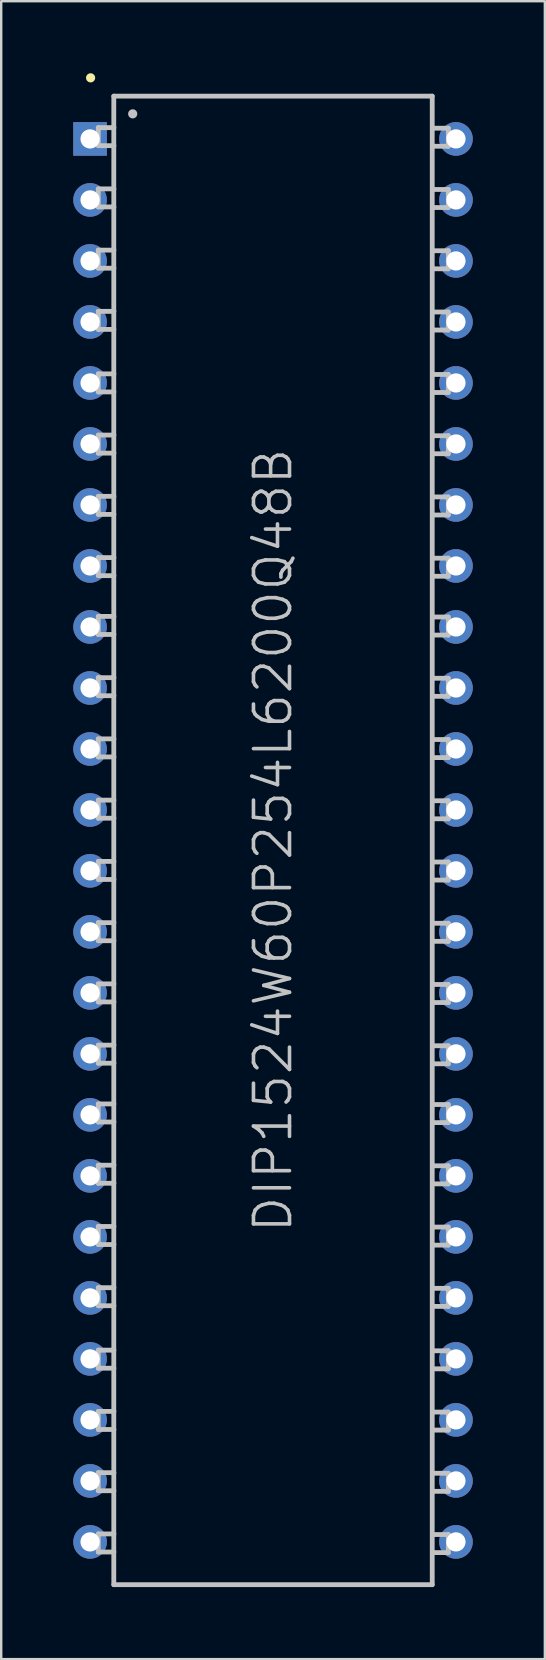
<source format=kicad_pcb>
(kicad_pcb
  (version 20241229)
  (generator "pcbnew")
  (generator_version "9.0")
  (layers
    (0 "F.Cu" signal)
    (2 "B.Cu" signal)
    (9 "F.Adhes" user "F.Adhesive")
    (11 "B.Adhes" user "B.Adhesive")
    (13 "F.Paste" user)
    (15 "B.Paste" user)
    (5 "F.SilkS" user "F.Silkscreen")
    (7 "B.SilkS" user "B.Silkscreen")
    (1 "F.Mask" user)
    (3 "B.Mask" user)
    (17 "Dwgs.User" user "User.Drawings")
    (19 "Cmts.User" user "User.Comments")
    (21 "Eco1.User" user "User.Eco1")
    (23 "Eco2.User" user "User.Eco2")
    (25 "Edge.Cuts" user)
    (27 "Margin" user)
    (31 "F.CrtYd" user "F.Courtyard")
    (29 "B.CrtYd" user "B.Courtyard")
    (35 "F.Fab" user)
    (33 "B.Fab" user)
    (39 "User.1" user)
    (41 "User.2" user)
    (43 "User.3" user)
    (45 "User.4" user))
  (footprint "DIP1524W60P254L6200Q48B"
    (layer "F.Cu")
    (at 8.317 31.941)
    (property "Reference" "DIP1524W60P254L6200Q48B" (at 0 0 90) (layer "Dwgs.User") (effects (font (size 1.5 1.5) (thickness 0.15))))
    (attr through_hole)
    (fp_line (start -7.595 -31.75) (end -7.595 -31.75) (stroke (width 0.381) (type solid)) (layer "F.SilkS"))
    (fp_line (start -7.275 -29.677) (end -6.624 -29.677) (stroke (width 0.2) (type solid)) (layer "Dwgs.User"))
    (fp_line (start -7.275 -28.926) (end -7.275 -29.677) (stroke (width 0.2) (type solid)) (layer "Dwgs.User"))
    (fp_line (start -7.275 -28.926) (end -6.624 -28.926) (stroke (width 0.2) (type solid)) (layer "Dwgs.User"))
    (fp_line (start -7.275 -27.127) (end -6.624 -27.127) (stroke (width 0.2) (type solid)) (layer "Dwgs.User"))
    (fp_line (start -7.275 -26.375) (end -7.275 -27.127) (stroke (width 0.2) (type solid)) (layer "Dwgs.User"))
    (fp_line (start -7.275 -26.375) (end -6.624 -26.375) (stroke (width 0.2) (type solid)) (layer "Dwgs.User"))
    (fp_line (start -7.275 -24.577) (end -6.624 -24.577) (stroke (width 0.2) (type solid)) (layer "Dwgs.User"))
    (fp_line (start -7.275 -23.825) (end -7.275 -24.577) (stroke (width 0.2) (type solid)) (layer "Dwgs.User"))
    (fp_line (start -7.275 -23.825) (end -6.624 -23.825) (stroke (width 0.2) (type solid)) (layer "Dwgs.User"))
    (fp_line (start -7.275 -22.027) (end -6.624 -22.027) (stroke (width 0.2) (type solid)) (layer "Dwgs.User"))
    (fp_line (start -7.275 -21.275) (end -7.275 -22.027) (stroke (width 0.2) (type solid)) (layer "Dwgs.User"))
    (fp_line (start -7.275 -21.275) (end -6.624 -21.275) (stroke (width 0.2) (type solid)) (layer "Dwgs.User"))
    (fp_line (start -7.275 -19.426) (end -6.624 -19.426) (stroke (width 0.2) (type solid)) (layer "Dwgs.User"))
    (fp_line (start -7.275 -18.674) (end -7.275 -19.426) (stroke (width 0.2) (type solid)) (layer "Dwgs.User"))
    (fp_line (start -7.275 -18.674) (end -6.624 -18.674) (stroke (width 0.2) (type solid)) (layer "Dwgs.User"))
    (fp_line (start -7.275 -16.876) (end -6.624 -16.876) (stroke (width 0.2) (type solid)) (layer "Dwgs.User"))
    (fp_line (start -7.275 -16.124) (end -7.275 -16.876) (stroke (width 0.2) (type solid)) (layer "Dwgs.User"))
    (fp_line (start -7.275 -16.124) (end -6.624 -16.124) (stroke (width 0.2) (type solid)) (layer "Dwgs.User"))
    (fp_line (start -7.275 -14.326) (end -6.624 -14.326) (stroke (width 0.2) (type solid)) (layer "Dwgs.User"))
    (fp_line (start -7.275 -13.574) (end -7.275 -14.326) (stroke (width 0.2) (type solid)) (layer "Dwgs.User"))
    (fp_line (start -7.275 -13.574) (end -6.624 -13.574) (stroke (width 0.2) (type solid)) (layer "Dwgs.User"))
    (fp_line (start -7.275 -11.775) (end -6.624 -11.775) (stroke (width 0.2) (type solid)) (layer "Dwgs.User"))
    (fp_line (start -7.275 -11.024) (end -7.275 -11.775) (stroke (width 0.2) (type solid)) (layer "Dwgs.User"))
    (fp_line (start -7.275 -11.024) (end -6.624 -11.024) (stroke (width 0.2) (type solid)) (layer "Dwgs.User"))
    (fp_line (start -7.275 -9.327) (end -6.624 -9.327) (stroke (width 0.2) (type solid)) (layer "Dwgs.User"))
    (fp_line (start -7.275 -8.575) (end -7.275 -9.327) (stroke (width 0.2) (type solid)) (layer "Dwgs.User"))
    (fp_line (start -7.275 -8.575) (end -6.624 -8.575) (stroke (width 0.2) (type solid)) (layer "Dwgs.User"))
    (fp_line (start -7.275 -6.777) (end -6.624 -6.777) (stroke (width 0.2) (type solid)) (layer "Dwgs.User"))
    (fp_line (start -7.275 -6.025) (end -7.275 -6.777) (stroke (width 0.2) (type solid)) (layer "Dwgs.User"))
    (fp_line (start -7.275 -6.025) (end -6.624 -6.025) (stroke (width 0.2) (type solid)) (layer "Dwgs.User"))
    (fp_line (start -7.275 -4.227) (end -6.624 -4.227) (stroke (width 0.2) (type solid)) (layer "Dwgs.User"))
    (fp_line (start -7.275 -3.475) (end -7.275 -4.227) (stroke (width 0.2) (type solid)) (layer "Dwgs.User"))
    (fp_line (start -7.275 -3.475) (end -6.624 -3.475) (stroke (width 0.2) (type solid)) (layer "Dwgs.User"))
    (fp_line (start -7.275 -1.676) (end -6.624 -1.676) (stroke (width 0.2) (type solid)) (layer "Dwgs.User"))
    (fp_line (start -7.275 -0.925) (end -7.275 -1.676) (stroke (width 0.2) (type solid)) (layer "Dwgs.User"))
    (fp_line (start -7.275 -0.925) (end -6.624 -0.925) (stroke (width 0.2) (type solid)) (layer "Dwgs.User"))
    (fp_line (start -7.275 0.874) (end -6.624 0.874) (stroke (width 0.2) (type solid)) (layer "Dwgs.User"))
    (fp_line (start -7.275 1.626) (end -7.275 0.874) (stroke (width 0.2) (type solid)) (layer "Dwgs.User"))
    (fp_line (start -7.275 1.626) (end -6.624 1.626) (stroke (width 0.2) (type solid)) (layer "Dwgs.User"))
    (fp_line (start -7.275 3.424) (end -6.624 3.424) (stroke (width 0.2) (type solid)) (layer "Dwgs.User"))
    (fp_line (start -7.275 4.176) (end -7.275 3.424) (stroke (width 0.2) (type solid)) (layer "Dwgs.User"))
    (fp_line (start -7.275 4.176) (end -6.624 4.176) (stroke (width 0.2) (type solid)) (layer "Dwgs.User"))
    (fp_line (start -7.275 5.974) (end -6.624 5.974) (stroke (width 0.2) (type solid)) (layer "Dwgs.User"))
    (fp_line (start -7.275 6.726) (end -7.275 5.974) (stroke (width 0.2) (type solid)) (layer "Dwgs.User"))
    (fp_line (start -7.275 6.726) (end -6.624 6.726) (stroke (width 0.2) (type solid)) (layer "Dwgs.User"))
    (fp_line (start -7.275 8.524) (end -6.624 8.524) (stroke (width 0.2) (type solid)) (layer "Dwgs.User"))
    (fp_line (start -7.275 9.276) (end -7.275 8.524) (stroke (width 0.2) (type solid)) (layer "Dwgs.User"))
    (fp_line (start -7.275 9.276) (end -6.624 9.276) (stroke (width 0.2) (type solid)) (layer "Dwgs.User"))
    (fp_line (start -7.275 10.973) (end -6.624 10.973) (stroke (width 0.2) (type solid)) (layer "Dwgs.User"))
    (fp_line (start -7.275 11.725) (end -7.275 10.973) (stroke (width 0.2) (type solid)) (layer "Dwgs.User"))
    (fp_line (start -7.275 11.725) (end -6.624 11.725) (stroke (width 0.2) (type solid)) (layer "Dwgs.User"))
    (fp_line (start -7.275 13.523) (end -6.624 13.523) (stroke (width 0.2) (type solid)) (layer "Dwgs.User"))
    (fp_line (start -7.275 14.275) (end -7.275 13.523) (stroke (width 0.2) (type solid)) (layer "Dwgs.User"))
    (fp_line (start -7.275 14.275) (end -6.624 14.275) (stroke (width 0.2) (type solid)) (layer "Dwgs.User"))
    (fp_line (start -7.275 16.073) (end -6.624 16.073) (stroke (width 0.2) (type solid)) (layer "Dwgs.User"))
    (fp_line (start -7.275 16.825) (end -7.275 16.073) (stroke (width 0.2) (type solid)) (layer "Dwgs.User"))
    (fp_line (start -7.275 16.825) (end -6.624 16.825) (stroke (width 0.2) (type solid)) (layer "Dwgs.User"))
    (fp_line (start -7.275 18.623) (end -6.624 18.623) (stroke (width 0.2) (type solid)) (layer "Dwgs.User"))
    (fp_line (start -7.275 19.375) (end -7.275 18.623) (stroke (width 0.2) (type solid)) (layer "Dwgs.User"))
    (fp_line (start -7.275 19.375) (end -6.624 19.375) (stroke (width 0.2) (type solid)) (layer "Dwgs.User"))
    (fp_line (start -7.275 21.224) (end -6.624 21.224) (stroke (width 0.2) (type solid)) (layer "Dwgs.User"))
    (fp_line (start -7.275 21.976) (end -7.275 21.224) (stroke (width 0.2) (type solid)) (layer "Dwgs.User"))
    (fp_line (start -7.275 21.976) (end -6.624 21.976) (stroke (width 0.2) (type solid)) (layer "Dwgs.User"))
    (fp_line (start -7.275 23.774) (end -6.624 23.774) (stroke (width 0.2) (type solid)) (layer "Dwgs.User"))
    (fp_line (start -7.275 24.526) (end -7.275 23.774) (stroke (width 0.2) (type solid)) (layer "Dwgs.User"))
    (fp_line (start -7.275 24.526) (end -6.624 24.526) (stroke (width 0.2) (type solid)) (layer "Dwgs.User"))
    (fp_line (start -7.275 26.325) (end -6.624 26.325) (stroke (width 0.2) (type solid)) (layer "Dwgs.User"))
    (fp_line (start -7.275 27.076) (end -7.275 26.325) (stroke (width 0.2) (type solid)) (layer "Dwgs.User"))
    (fp_line (start -7.275 27.076) (end -6.624 27.076) (stroke (width 0.2) (type solid)) (layer "Dwgs.User"))
    (fp_line (start -7.275 28.875) (end -6.624 28.875) (stroke (width 0.2) (type solid)) (layer "Dwgs.User"))
    (fp_line (start -7.275 29.627) (end -7.275 28.875) (stroke (width 0.2) (type solid)) (layer "Dwgs.User"))
    (fp_line (start -7.275 29.627) (end -6.624 29.627) (stroke (width 0.2) (type solid)) (layer "Dwgs.User"))
    (fp_line (start -6.629 -30.988) (end -6.629 30.988) (stroke (width 0.2) (type solid)) (layer "Dwgs.User"))
    (fp_line (start -6.629 -30.988) (end 6.629 -30.988) (stroke (width 0.2) (type solid)) (layer "Dwgs.User"))
    (fp_line (start -6.629 30.988) (end 6.629 30.988) (stroke (width 0.2) (type solid)) (layer "Dwgs.User"))
    (fp_line (start -5.842 -30.251) (end -5.842 -30.251) (stroke (width 0.381) (type solid)) (layer "Dwgs.User"))
    (fp_line (start 6.629 -30.988) (end 6.629 30.988) (stroke (width 0.2) (type solid)) (layer "Dwgs.User"))
    (fp_line (start 7.3 -29.652) (end 6.65 -29.652) (stroke (width 0.2) (type solid)) (layer "Dwgs.User"))
    (fp_line (start 7.3 -29.652) (end 7.3 -28.9) (stroke (width 0.2) (type solid)) (layer "Dwgs.User"))
    (fp_line (start 7.3 -28.9) (end 6.65 -28.9) (stroke (width 0.2) (type solid)) (layer "Dwgs.User"))
    (fp_line (start 7.3 -27.102) (end 6.65 -27.102) (stroke (width 0.2) (type solid)) (layer "Dwgs.User"))
    (fp_line (start 7.3 -27.102) (end 7.3 -26.35) (stroke (width 0.2) (type solid)) (layer "Dwgs.User"))
    (fp_line (start 7.3 -26.35) (end 6.65 -26.35) (stroke (width 0.2) (type solid)) (layer "Dwgs.User"))
    (fp_line (start 7.3 -24.552) (end 6.65 -24.552) (stroke (width 0.2) (type solid)) (layer "Dwgs.User"))
    (fp_line (start 7.3 -24.552) (end 7.3 -23.8) (stroke (width 0.2) (type solid)) (layer "Dwgs.User"))
    (fp_line (start 7.3 -23.8) (end 6.65 -23.8) (stroke (width 0.2) (type solid)) (layer "Dwgs.User"))
    (fp_line (start 7.3 -22.001) (end 6.65 -22.001) (stroke (width 0.2) (type solid)) (layer "Dwgs.User"))
    (fp_line (start 7.3 -22.001) (end 7.3 -21.25) (stroke (width 0.2) (type solid)) (layer "Dwgs.User"))
    (fp_line (start 7.3 -21.25) (end 6.65 -21.25) (stroke (width 0.2) (type solid)) (layer "Dwgs.User"))
    (fp_line (start 7.3 -19.401) (end 6.65 -19.401) (stroke (width 0.2) (type solid)) (layer "Dwgs.User"))
    (fp_line (start 7.3 -19.401) (end 7.3 -18.649) (stroke (width 0.2) (type solid)) (layer "Dwgs.User"))
    (fp_line (start 7.3 -18.649) (end 6.65 -18.649) (stroke (width 0.2) (type solid)) (layer "Dwgs.User"))
    (fp_line (start 7.3 -16.85) (end 6.65 -16.85) (stroke (width 0.2) (type solid)) (layer "Dwgs.User"))
    (fp_line (start 7.3 -16.85) (end 7.3 -16.099) (stroke (width 0.2) (type solid)) (layer "Dwgs.User"))
    (fp_line (start 7.3 -16.099) (end 6.65 -16.099) (stroke (width 0.2) (type solid)) (layer "Dwgs.User"))
    (fp_line (start 7.3 -14.3) (end 6.65 -14.3) (stroke (width 0.2) (type solid)) (layer "Dwgs.User"))
    (fp_line (start 7.3 -14.3) (end 7.3 -13.548) (stroke (width 0.2) (type solid)) (layer "Dwgs.User"))
    (fp_line (start 7.3 -13.548) (end 6.65 -13.548) (stroke (width 0.2) (type solid)) (layer "Dwgs.User"))
    (fp_line (start 7.3 -11.75) (end 6.65 -11.75) (stroke (width 0.2) (type solid)) (layer "Dwgs.User"))
    (fp_line (start 7.3 -11.75) (end 7.3 -10.998) (stroke (width 0.2) (type solid)) (layer "Dwgs.User"))
    (fp_line (start 7.3 -10.998) (end 6.65 -10.998) (stroke (width 0.2) (type solid)) (layer "Dwgs.User"))
    (fp_line (start 7.3 -9.301) (end 6.65 -9.301) (stroke (width 0.2) (type solid)) (layer "Dwgs.User"))
    (fp_line (start 7.3 -9.301) (end 7.3 -8.55) (stroke (width 0.2) (type solid)) (layer "Dwgs.User"))
    (fp_line (start 7.3 -8.55) (end 6.65 -8.55) (stroke (width 0.2) (type solid)) (layer "Dwgs.User"))
    (fp_line (start 7.3 -6.751) (end 6.65 -6.751) (stroke (width 0.2) (type solid)) (layer "Dwgs.User"))
    (fp_line (start 7.3 -6.751) (end 7.3 -5.999) (stroke (width 0.2) (type solid)) (layer "Dwgs.User"))
    (fp_line (start 7.3 -5.999) (end 6.65 -5.999) (stroke (width 0.2) (type solid)) (layer "Dwgs.User"))
    (fp_line (start 7.3 -4.201) (end 6.65 -4.201) (stroke (width 0.2) (type solid)) (layer "Dwgs.User"))
    (fp_line (start 7.3 -4.201) (end 7.3 -3.449) (stroke (width 0.2) (type solid)) (layer "Dwgs.User"))
    (fp_line (start 7.3 -3.449) (end 6.65 -3.449) (stroke (width 0.2) (type solid)) (layer "Dwgs.User"))
    (fp_line (start 7.3 -1.651) (end 6.65 -1.651) (stroke (width 0.2) (type solid)) (layer "Dwgs.User"))
    (fp_line (start 7.3 -1.651) (end 7.3 -0.899) (stroke (width 0.2) (type solid)) (layer "Dwgs.User"))
    (fp_line (start 7.3 -0.899) (end 6.65 -0.899) (stroke (width 0.2) (type solid)) (layer "Dwgs.User"))
    (fp_line (start 7.3 0.899) (end 6.65 0.899) (stroke (width 0.2) (type solid)) (layer "Dwgs.User"))
    (fp_line (start 7.3 0.899) (end 7.3 1.651) (stroke (width 0.2) (type solid)) (layer "Dwgs.User"))
    (fp_line (start 7.3 1.651) (end 6.65 1.651) (stroke (width 0.2) (type solid)) (layer "Dwgs.User"))
    (fp_line (start 7.3 3.449) (end 6.65 3.449) (stroke (width 0.2) (type solid)) (layer "Dwgs.User"))
    (fp_line (start 7.3 3.449) (end 7.3 4.201) (stroke (width 0.2) (type solid)) (layer "Dwgs.User"))
    (fp_line (start 7.3 4.201) (end 6.65 4.201) (stroke (width 0.2) (type solid)) (layer "Dwgs.User"))
    (fp_line (start 7.3 5.999) (end 6.65 5.999) (stroke (width 0.2) (type solid)) (layer "Dwgs.User"))
    (fp_line (start 7.3 5.999) (end 7.3 6.751) (stroke (width 0.2) (type solid)) (layer "Dwgs.User"))
    (fp_line (start 7.3 6.751) (end 6.65 6.751) (stroke (width 0.2) (type solid)) (layer "Dwgs.User"))
    (fp_line (start 7.3 8.55) (end 6.65 8.55) (stroke (width 0.2) (type solid)) (layer "Dwgs.User"))
    (fp_line (start 7.3 8.55) (end 7.3 9.301) (stroke (width 0.2) (type solid)) (layer "Dwgs.User"))
    (fp_line (start 7.3 9.301) (end 6.65 9.301) (stroke (width 0.2) (type solid)) (layer "Dwgs.User"))
    (fp_line (start 7.3 10.998) (end 6.65 10.998) (stroke (width 0.2) (type solid)) (layer "Dwgs.User"))
    (fp_line (start 7.3 10.998) (end 7.3 11.75) (stroke (width 0.2) (type solid)) (layer "Dwgs.User"))
    (fp_line (start 7.3 11.75) (end 6.65 11.75) (stroke (width 0.2) (type solid)) (layer "Dwgs.User"))
    (fp_line (start 7.3 13.548) (end 6.65 13.548) (stroke (width 0.2) (type solid)) (layer "Dwgs.User"))
    (fp_line (start 7.3 13.548) (end 7.3 14.3) (stroke (width 0.2) (type solid)) (layer "Dwgs.User"))
    (fp_line (start 7.3 14.3) (end 6.65 14.3) (stroke (width 0.2) (type solid)) (layer "Dwgs.User"))
    (fp_line (start 7.3 16.099) (end 6.65 16.099) (stroke (width 0.2) (type solid)) (layer "Dwgs.User"))
    (fp_line (start 7.3 16.099) (end 7.3 16.85) (stroke (width 0.2) (type solid)) (layer "Dwgs.User"))
    (fp_line (start 7.3 16.85) (end 6.65 16.85) (stroke (width 0.2) (type solid)) (layer "Dwgs.User"))
    (fp_line (start 7.3 18.649) (end 6.65 18.649) (stroke (width 0.2) (type solid)) (layer "Dwgs.User"))
    (fp_line (start 7.3 18.649) (end 7.3 19.401) (stroke (width 0.2) (type solid)) (layer "Dwgs.User"))
    (fp_line (start 7.3 19.401) (end 6.65 19.401) (stroke (width 0.2) (type solid)) (layer "Dwgs.User"))
    (fp_line (start 7.3 21.25) (end 6.65 21.25) (stroke (width 0.2) (type solid)) (layer "Dwgs.User"))
    (fp_line (start 7.3 21.25) (end 7.3 22.001) (stroke (width 0.2) (type solid)) (layer "Dwgs.User"))
    (fp_line (start 7.3 22.001) (end 6.65 22.001) (stroke (width 0.2) (type solid)) (layer "Dwgs.User"))
    (fp_line (start 7.3 23.8) (end 6.65 23.8) (stroke (width 0.2) (type solid)) (layer "Dwgs.User"))
    (fp_line (start 7.3 23.8) (end 7.3 24.552) (stroke (width 0.2) (type solid)) (layer "Dwgs.User"))
    (fp_line (start 7.3 24.552) (end 6.65 24.552) (stroke (width 0.2) (type solid)) (layer "Dwgs.User"))
    (fp_line (start 7.3 26.35) (end 6.65 26.35) (stroke (width 0.2) (type solid)) (layer "Dwgs.User"))
    (fp_line (start 7.3 26.35) (end 7.3 27.102) (stroke (width 0.2) (type solid)) (layer "Dwgs.User"))
    (fp_line (start 7.3 27.102) (end 6.65 27.102) (stroke (width 0.2) (type solid)) (layer "Dwgs.User"))
    (fp_line (start 7.3 28.9) (end 6.65 28.9) (stroke (width 0.2) (type solid)) (layer "Dwgs.User"))
    (fp_line (start 7.3 28.9) (end 7.3 29.652) (stroke (width 0.2) (type solid)) (layer "Dwgs.User"))
    (fp_line (start 7.3 29.652) (end 6.65 29.652) (stroke (width 0.2) (type solid)) (layer "Dwgs.User"))
    (pad "1" thru_hole rect (at -7.617 -29.207 180) (size 1.4 1.4) (drill 0.8) (layers "*.Cu" "*.Mask"))
    (pad "2" thru_hole circle (at -7.617 -26.667 180) (size 1.4 1.4) (drill 0.8) (layers "*.Cu" "*.Mask"))
    (pad "3" thru_hole circle (at -7.617 -24.127 180) (size 1.4 1.4) (drill 0.8) (layers "*.Cu" "*.Mask"))
    (pad "4" thru_hole circle (at -7.617 -21.587 180) (size 1.4 1.4) (drill 0.8) (layers "*.Cu" "*.Mask"))
    (pad "5" thru_hole circle (at -7.617 -19.047 180) (size 1.4 1.4) (drill 0.8) (layers "*.Cu" "*.Mask"))
    (pad "6" thru_hole circle (at -7.617 -16.507 180) (size 1.4 1.4) (drill 0.8) (layers "*.Cu" "*.Mask"))
    (pad "7" thru_hole circle (at -7.617 -13.967 180) (size 1.4 1.4) (drill 0.8) (layers "*.Cu" "*.Mask"))
    (pad "8" thru_hole circle (at -7.617 -11.427 180) (size 1.4 1.4) (drill 0.8) (layers "*.Cu" "*.Mask"))
    (pad "9" thru_hole circle (at -7.617 -8.887 180) (size 1.4 1.4) (drill 0.8) (layers "*.Cu" "*.Mask"))
    (pad "10" thru_hole circle (at -7.617 -6.347 180) (size 1.4 1.4) (drill 0.8) (layers "*.Cu" "*.Mask"))
    (pad "11" thru_hole circle (at -7.617 -3.807 180) (size 1.4 1.4) (drill 0.8) (layers "*.Cu" "*.Mask"))
    (pad "12" thru_hole circle (at -7.617 -1.267 180) (size 1.4 1.4) (drill 0.8) (layers "*.Cu" "*.Mask"))
    (pad "13" thru_hole circle (at -7.617 1.267 180) (size 1.4 1.4) (drill 0.8) (layers "*.Cu" "*.Mask"))
    (pad "14" thru_hole circle (at -7.617 3.807 180) (size 1.4 1.4) (drill 0.8) (layers "*.Cu" "*.Mask"))
    (pad "15" thru_hole circle (at -7.617 6.347 180) (size 1.4 1.4) (drill 0.8) (layers "*.Cu" "*.Mask"))
    (pad "16" thru_hole circle (at -7.617 8.887 180) (size 1.4 1.4) (drill 0.8) (layers "*.Cu" "*.Mask"))
    (pad "17" thru_hole circle (at -7.617 11.427 180) (size 1.4 1.4) (drill 0.8) (layers "*.Cu" "*.Mask"))
    (pad "18" thru_hole circle (at -7.617 13.967 180) (size 1.4 1.4) (drill 0.8) (layers "*.Cu" "*.Mask"))
    (pad "19" thru_hole circle (at -7.617 16.507 180) (size 1.4 1.4) (drill 0.8) (layers "*.Cu" "*.Mask"))
    (pad "20" thru_hole circle (at -7.617 19.047 180) (size 1.4 1.4) (drill 0.8) (layers "*.Cu" "*.Mask"))
    (pad "21" thru_hole circle (at -7.617 21.587 180) (size 1.4 1.4) (drill 0.8) (layers "*.Cu" "*.Mask"))
    (pad "22" thru_hole circle (at -7.617 24.127 180) (size 1.4 1.4) (drill 0.8) (layers "*.Cu" "*.Mask"))
    (pad "23" thru_hole circle (at -7.617 26.667 180) (size 1.4 1.4) (drill 0.8) (layers "*.Cu" "*.Mask"))
    (pad "24" thru_hole circle (at -7.617 29.207 180) (size 1.4 1.4) (drill 0.8) (layers "*.Cu" "*.Mask"))
    (pad "25" thru_hole circle (at 7.617 29.207 180) (size 1.4 1.4) (drill 0.8) (layers "*.Cu" "*.Mask"))
    (pad "26" thru_hole circle (at 7.617 26.667 180) (size 1.4 1.4) (drill 0.8) (layers "*.Cu" "*.Mask"))
    (pad "27" thru_hole circle (at 7.617 24.127 180) (size 1.4 1.4) (drill 0.8) (layers "*.Cu" "*.Mask"))
    (pad "28" thru_hole circle (at 7.617 21.587 180) (size 1.4 1.4) (drill 0.8) (layers "*.Cu" "*.Mask"))
    (pad "29" thru_hole circle (at 7.617 19.047 180) (size 1.4 1.4) (drill 0.8) (layers "*.Cu" "*.Mask"))
    (pad "30" thru_hole circle (at 7.617 16.507 180) (size 1.4 1.4) (drill 0.8) (layers "*.Cu" "*.Mask"))
    (pad "31" thru_hole circle (at 7.617 13.967 180) (size 1.4 1.4) (drill 0.8) (layers "*.Cu" "*.Mask"))
    (pad "32" thru_hole circle (at 7.617 11.427 180) (size 1.4 1.4) (drill 0.8) (layers "*.Cu" "*.Mask"))
    (pad "33" thru_hole circle (at 7.617 8.887 180) (size 1.4 1.4) (drill 0.8) (layers "*.Cu" "*.Mask"))
    (pad "34" thru_hole circle (at 7.617 6.347 180) (size 1.4 1.4) (drill 0.8) (layers "*.Cu" "*.Mask"))
    (pad "35" thru_hole circle (at 7.617 3.807 180) (size 1.4 1.4) (drill 0.8) (layers "*.Cu" "*.Mask"))
    (pad "36" thru_hole circle (at 7.617 1.267 180) (size 1.4 1.4) (drill 0.8) (layers "*.Cu" "*.Mask"))
    (pad "37" thru_hole circle (at 7.617 -1.267 180) (size 1.4 1.4) (drill 0.8) (layers "*.Cu" "*.Mask"))
    (pad "38" thru_hole circle (at 7.617 -3.807 180) (size 1.4 1.4) (drill 0.8) (layers "*.Cu" "*.Mask"))
    (pad "39" thru_hole circle (at 7.617 -6.347 180) (size 1.4 1.4) (drill 0.8) (layers "*.Cu" "*.Mask"))
    (pad "40" thru_hole circle (at 7.617 -8.887 180) (size 1.4 1.4) (drill 0.8) (layers "*.Cu" "*.Mask"))
    (pad "41" thru_hole circle (at 7.617 -11.427 180) (size 1.4 1.4) (drill 0.8) (layers "*.Cu" "*.Mask"))
    (pad "42" thru_hole circle (at 7.617 -13.967 180) (size 1.4 1.4) (drill 0.8) (layers "*.Cu" "*.Mask"))
    (pad "43" thru_hole circle (at 7.617 -16.507 180) (size 1.4 1.4) (drill 0.8) (layers "*.Cu" "*.Mask"))
    (pad "44" thru_hole circle (at 7.617 -19.047 180) (size 1.4 1.4) (drill 0.8) (layers "*.Cu" "*.Mask"))
    (pad "45" thru_hole circle (at 7.617 -21.587 180) (size 1.4 1.4) (drill 0.8) (layers "*.Cu" "*.Mask"))
    (pad "46" thru_hole circle (at 7.617 -24.127 180) (size 1.4 1.4) (drill 0.8) (layers "*.Cu" "*.Mask"))
    (pad "47" thru_hole circle (at 7.617 -26.667 180) (size 1.4 1.4) (drill 0.8) (layers "*.Cu" "*.Mask"))
    (pad "48" thru_hole circle (at 7.617 -29.207 180) (size 1.4 1.4) (drill 0.8) (layers "*.Cu" "*.Mask")))
  (gr_rect
    (start -3 -3)
    (end 19.635 66.028)
    (stroke (width 0.1) (type default))
    (fill no)
    (layer "Edge.Cuts")))
</source>
